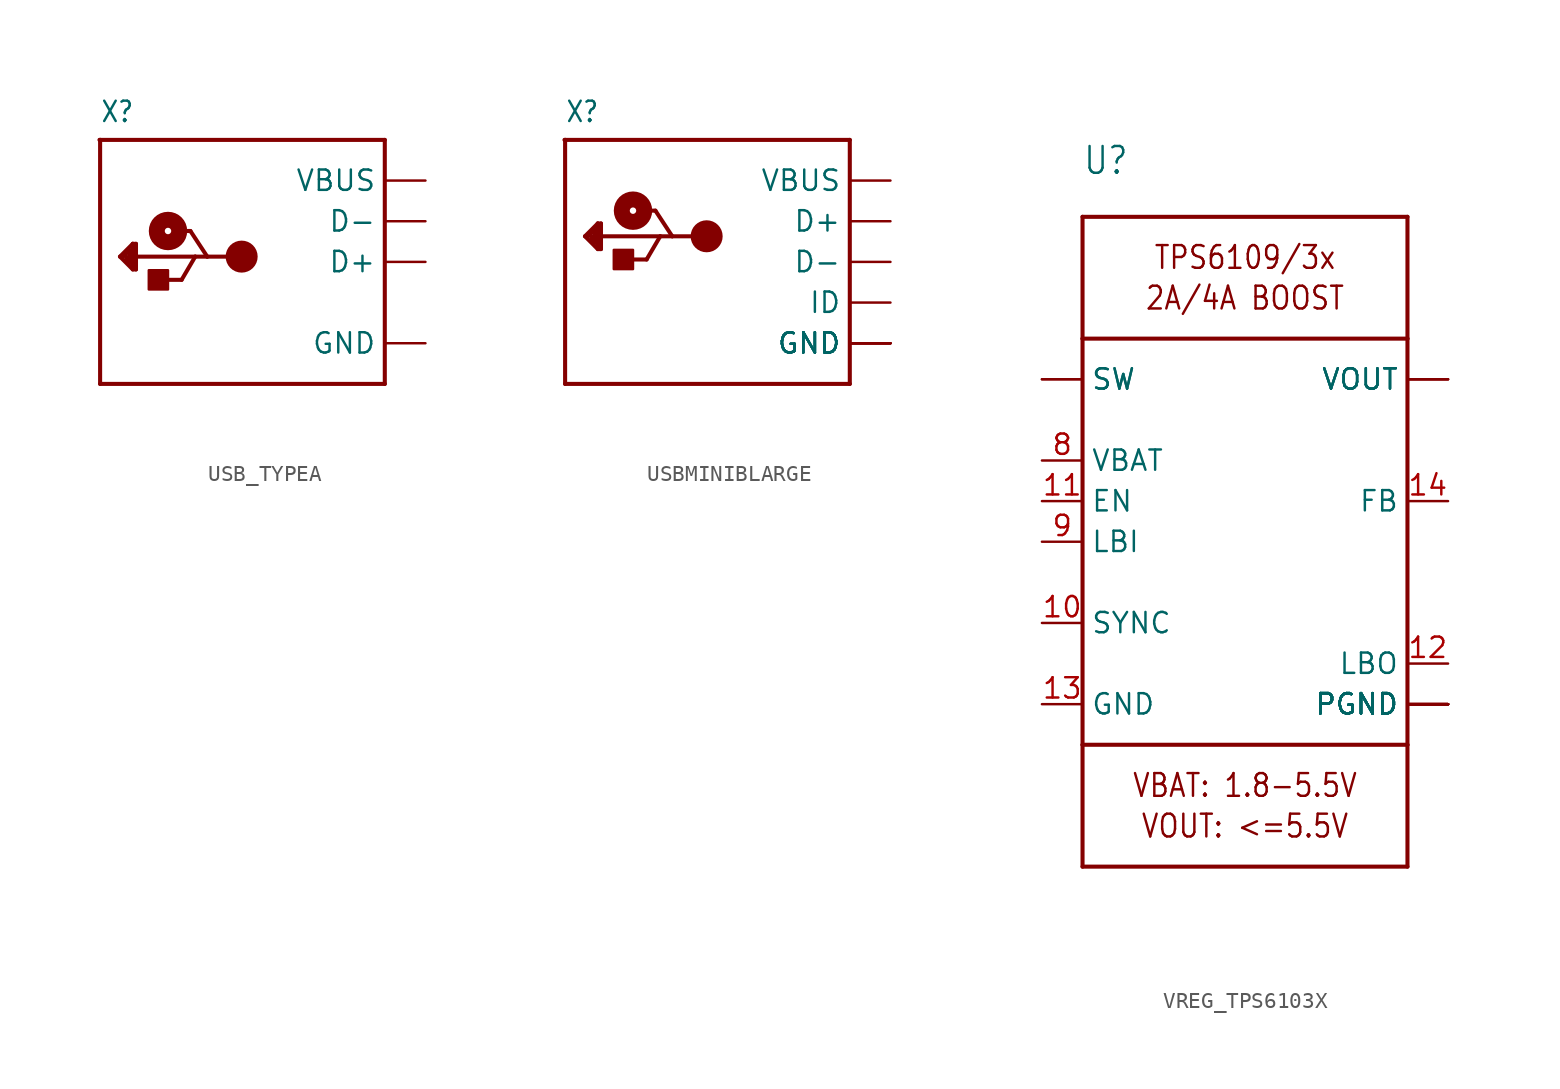
<source format=kicad_sym>
(kicad_symbol_lib
  (version 20220914)
  (generator kicad_symbol_editor)
  (symbol "USB_TYPEA"
    (property "Reference" "X"
      (at -10.16 8.636 0)
      (effects (font (size 1.27 1.079)) (justify left bottom)))
    (property "Value" ""
      (at -10.16 -10.16 0)
      (effects (font (size 1.27 1.079)) (justify left bottom)))
    (property "ki_locked" ""
      (at 0 0 0)
      (effects (font (size 1.27 1.27))))
    (symbol "USB_TYPEA_1_0"
      (rectangle (start -7.12 -1.72) (end -5.92 -0.52) (stroke (width 0) (type default)) (fill (type outline)))
      (circle (center -5.92 1.93) (radius 0.2) (stroke (width 1) (type solid)) (fill (type none)))
      (circle (center -1.32 0.33) (radius 0.5) (stroke (width 1) (type solid)) (fill (type none)))
      (polyline (pts (xy -10.2 7.62) (xy -10.16 7.62)) (stroke (width 0.254) (type solid)) (fill (type none)))
      (polyline (pts (xy -10.16 -7.62) (xy 7.62 -7.62)) (stroke (width 0.254) (type solid)) (fill (type none)))
      (polyline (pts (xy -10.16 7.62) (xy -10.16 -7.62)) (stroke (width 0.254) (type solid)) (fill (type none)))
      (polyline (pts (xy -10.16 7.62) (xy 7.62 7.62)) (stroke (width 0.254) (type solid)) (fill (type none)))
      (polyline (pts (xy -8.92 0.33) (xy -8.12 1.13)) (stroke (width 0.254) (type solid)) (fill (type none)))
      (polyline (pts (xy -8.52 0.13) (xy -8.32 -0.07)) (stroke (width 0.254) (type solid)) (fill (type none)))
      (polyline (pts (xy -8.52 0.33) (xy -8.52 0.13)) (stroke (width 0.254) (type solid)) (fill (type none)))
      (polyline (pts (xy -8.32 -0.07) (xy -8.32 0.73)) (stroke (width 0.254) (type solid)) (fill (type none)))
      (polyline (pts (xy -8.32 0.73) (xy -8.72 0.33)) (stroke (width 0.254) (type solid)) (fill (type none)))
      (polyline (pts (xy -8.12 -0.47) (xy -8.92 0.33)) (stroke (width 0.254) (type solid)) (fill (type none)))
      (polyline (pts (xy -8.12 -0.27) (xy -8.12 1.13)) (stroke (width 0.254) (type solid)) (fill (type none)))
      (polyline (pts (xy -8.12 1.13) (xy -7.92 1.13)) (stroke (width 0.254) (type solid)) (fill (type none)))
      (polyline (pts (xy -7.92 -0.47) (xy -8.12 -0.47)) (stroke (width 0.254) (type solid)) (fill (type none)))
      (polyline (pts (xy -7.92 0.33) (xy -7.92 -0.47)) (stroke (width 0.254) (type solid)) (fill (type none)))
      (polyline (pts (xy -7.92 1.13) (xy -7.92 0.33)) (stroke (width 0.254) (type solid)) (fill (type none)))
      (polyline (pts (xy -6.27 -1.12) (xy -5.07 -1.12)) (stroke (width 0.254) (type solid)) (fill (type none)))
      (polyline (pts (xy -5.52 1.93) (xy -4.52 1.93)) (stroke (width 0.254) (type solid)) (fill (type none)))
      (polyline (pts (xy -5.07 -1.12) (xy -4.22 0.33)) (stroke (width 0.254) (type solid)) (fill (type none)))
      (polyline (pts (xy -4.52 1.93) (xy -3.47 0.33)) (stroke (width 0.254) (type solid)) (fill (type none)))
      (polyline (pts (xy -4.22 0.33) (xy -7.92 0.33)) (stroke (width 0.254) (type solid)) (fill (type none)))
      (polyline (pts (xy -3.47 0.33) (xy -4.22 0.33)) (stroke (width 0.254) (type solid)) (fill (type none)))
      (polyline (pts (xy -1.32 0.33) (xy -3.47 0.33)) (stroke (width 0.254) (type solid)) (fill (type none)))
      (polyline (pts (xy 7.62 7.62) (xy 7.62 -7.62)) (stroke (width 0.254) (type solid)) (fill (type none)))
      (pin bidirectional line (at 10.16 0 180) (length 2.54) (name "D+" (effects (font (size 1.27 1.27)))) (number "D+" (effects (font (size 0 0)))))
      (pin bidirectional line (at 10.16 2.54 180) (length 2.54) (name "D-" (effects (font (size 1.27 1.27)))) (number "D-" (effects (font (size 0 0)))))
      (pin power_in line (at 10.16 -5.08 180) (length 2.54) (name "GND" (effects (font (size 1.27 1.27)))) (number "GND" (effects (font (size 0 0)))))
      (pin power_in line (at 10.16 5.08 180) (length 2.54) (name "VBUS" (effects (font (size 1.27 1.27)))) (number "VBUS" (effects (font (size 0 0)))))))
  (symbol "USBMINIBLARGE"
    (property "Reference" "X"
      (at -10.16 8.636 0)
      (effects (font (size 1.27 1.079)) (justify left bottom)))
    (property "Value" ""
      (at -10.16 -10.16 0)
      (effects (font (size 1.27 1.079)) (justify left bottom)))
    (property "ki_locked" ""
      (at 0 0 0)
      (effects (font (size 1.27 1.27))))
    (symbol "USBMINIBLARGE_1_0"
      (rectangle (start -7.12 -0.45) (end -5.92 0.75) (stroke (width 0) (type default)) (fill (type outline)))
      (circle (center -5.92 3.2) (radius 0.2) (stroke (width 1) (type solid)) (fill (type none)))
      (circle (center -1.32 1.6) (radius 0.5) (stroke (width 1) (type solid)) (fill (type none)))
      (polyline (pts (xy -10.2 7.62) (xy -10.16 7.62)) (stroke (width 0.254) (type solid)) (fill (type none)))
      (polyline (pts (xy -10.16 -7.62) (xy 7.62 -7.62)) (stroke (width 0.254) (type solid)) (fill (type none)))
      (polyline (pts (xy -10.16 7.62) (xy -10.16 -7.62)) (stroke (width 0.254) (type solid)) (fill (type none)))
      (polyline (pts (xy -10.16 7.62) (xy 7.62 7.62)) (stroke (width 0.254) (type solid)) (fill (type none)))
      (polyline (pts (xy -8.92 1.6) (xy -8.12 2.4)) (stroke (width 0.254) (type solid)) (fill (type none)))
      (polyline (pts (xy -8.52 1.4) (xy -8.32 1.2)) (stroke (width 0.254) (type solid)) (fill (type none)))
      (polyline (pts (xy -8.52 1.6) (xy -8.52 1.4)) (stroke (width 0.254) (type solid)) (fill (type none)))
      (polyline (pts (xy -8.32 1.2) (xy -8.32 2)) (stroke (width 0.254) (type solid)) (fill (type none)))
      (polyline (pts (xy -8.32 2) (xy -8.72 1.6)) (stroke (width 0.254) (type solid)) (fill (type none)))
      (polyline (pts (xy -8.12 0.8) (xy -8.92 1.6)) (stroke (width 0.254) (type solid)) (fill (type none)))
      (polyline (pts (xy -8.12 1) (xy -8.12 2.4)) (stroke (width 0.254) (type solid)) (fill (type none)))
      (polyline (pts (xy -8.12 2.4) (xy -7.92 2.4)) (stroke (width 0.254) (type solid)) (fill (type none)))
      (polyline (pts (xy -7.92 0.8) (xy -8.12 0.8)) (stroke (width 0.254) (type solid)) (fill (type none)))
      (polyline (pts (xy -7.92 1.6) (xy -7.92 0.8)) (stroke (width 0.254) (type solid)) (fill (type none)))
      (polyline (pts (xy -7.92 2.4) (xy -7.92 1.6)) (stroke (width 0.254) (type solid)) (fill (type none)))
      (polyline (pts (xy -6.27 0.15) (xy -5.07 0.15)) (stroke (width 0.254) (type solid)) (fill (type none)))
      (polyline (pts (xy -5.52 3.2) (xy -4.52 3.2)) (stroke (width 0.254) (type solid)) (fill (type none)))
      (polyline (pts (xy -5.07 0.15) (xy -4.22 1.6)) (stroke (width 0.254) (type solid)) (fill (type none)))
      (polyline (pts (xy -4.52 3.2) (xy -3.47 1.6)) (stroke (width 0.254) (type solid)) (fill (type none)))
      (polyline (pts (xy -4.22 1.6) (xy -7.92 1.6)) (stroke (width 0.254) (type solid)) (fill (type none)))
      (polyline (pts (xy -3.47 1.6) (xy -4.22 1.6)) (stroke (width 0.254) (type solid)) (fill (type none)))
      (polyline (pts (xy -1.32 1.6) (xy -3.47 1.6)) (stroke (width 0.254) (type solid)) (fill (type none)))
      (polyline (pts (xy 7.62 7.62) (xy 7.62 -7.62)) (stroke (width 0.254) (type solid)) (fill (type none)))
      (pin bidirectional line (at 10.16 2.54 180) (length 2.54) (name "D+" (effects (font (size 1.27 1.27)))) (number "D+" (effects (font (size 0 0)))))
      (pin bidirectional line (at 10.16 0 180) (length 2.54) (name "D-" (effects (font (size 1.27 1.27)))) (number "D-" (effects (font (size 0 0)))))
      (pin power_in line (at 10.16 -5.08 180) (length 2.54) (name "GND" (effects (font (size 1.27 1.27)))) (number "GND" (effects (font (size 0 0)))))
      (pin power_in line (at 10.16 -5.08 180) (length 2.54) (name "GND" (effects (font (size 1.27 1.27)))) (number "GND1" (effects (font (size 0 0)))))
      (pin power_in line (at 10.16 -5.08 180) (length 2.54) (name "GND" (effects (font (size 1.27 1.27)))) (number "GND2" (effects (font (size 0 0)))))
      (pin power_in line (at 10.16 -5.08 180) (length 2.54) (name "GND" (effects (font (size 1.27 1.27)))) (number "GND3" (effects (font (size 0 0)))))
      (pin power_in line (at 10.16 -5.08 180) (length 2.54) (name "GND" (effects (font (size 1.27 1.27)))) (number "GND4" (effects (font (size 0 0)))))
      (pin bidirectional line (at 10.16 -2.54 180) (length 2.54) (name "ID" (effects (font (size 1.27 1.27)))) (number "ID" (effects (font (size 0 0)))))
      (pin power_in line (at 10.16 5.08 180) (length 2.54) (name "VBUS" (effects (font (size 1.27 1.27)))) (number "VBUS" (effects (font (size 0 0)))))))
  (symbol "VREG_TPS6103X"
    (property "Reference" "U"
      (at -10.16 22.86 0)
      (effects (font (size 1.676 1.425)) (justify left bottom)))
    (property "Value" ""
      (at -10.16 -22.86 0)
      (effects (font (size 1.676 1.425)) (justify left bottom)))
    (property "ki_locked" ""
      (at 0 0 0)
      (effects (font (size 1.27 1.27))))
    (symbol "VREG_TPS6103X_1_0"
      (polyline (pts (xy -10.16 -20.32) (xy 10.16 -20.32)) (stroke (width 0.254) (type solid)) (fill (type none)))
      (polyline (pts (xy -10.16 -12.7) (xy -10.16 -20.32)) (stroke (width 0.254) (type solid)) (fill (type none)))
      (polyline (pts (xy -10.16 -12.7) (xy -10.16 12.7)) (stroke (width 0.254) (type solid)) (fill (type none)))
      (polyline (pts (xy -10.16 12.7) (xy -10.16 20.32)) (stroke (width 0.254) (type solid)) (fill (type none)))
      (polyline (pts (xy -10.16 12.7) (xy 10.16 12.7)) (stroke (width 0.254) (type solid)) (fill (type none)))
      (polyline (pts (xy -10.16 20.32) (xy 10.16 20.32)) (stroke (width 0.254) (type solid)) (fill (type none)))
      (polyline (pts (xy 10.16 -20.32) (xy 10.16 -12.7)) (stroke (width 0.254) (type solid)) (fill (type none)))
      (polyline (pts (xy 10.16 -12.7) (xy -10.16 -12.7)) (stroke (width 0.254) (type solid)) (fill (type none)))
      (polyline (pts (xy 10.16 12.7) (xy 10.16 -12.7)) (stroke (width 0.254) (type solid)) (fill (type none)))
      (polyline (pts (xy 10.16 20.32) (xy 10.16 12.7)) (stroke (width 0.254) (type solid)) (fill (type none)))
      (text "2A/4A BOOST" (at 0 15.24 0) (effects (font (size 1.422 1.209))))
      (text "TPS6109/3x" (at 0 17.78 0) (effects (font (size 1.422 1.209))))
      (text "VBAT: 1.8-5.5V" (at 0 -15.24 0) (effects (font (size 1.422 1.209))))
      (text "VOUT: <=5.5V" (at 0 -17.78 0) (effects (font (size 1.422 1.209))))
      (pin power_in line (at 12.7 10.16 180) (length 2.54) (name "VOUT" (effects (font (size 1.27 1.27)))) (number "1" (effects (font (size 0 0)))))
      (pin input line (at -12.7 -5.08 0) (length 2.54) (name "SYNC" (effects (font (size 1.27 1.27)))) (number "10" (effects (font (size 1.27 1.27)))))
      (pin input line (at -12.7 2.54 0) (length 2.54) (name "EN" (effects (font (size 1.27 1.27)))) (number "11" (effects (font (size 1.27 1.27)))))
      (pin output line (at 12.7 -7.62 180) (length 2.54) (name "LBO" (effects (font (size 1.27 1.27)))) (number "12" (effects (font (size 1.27 1.27)))))
      (pin power_in line (at -12.7 -10.16 0) (length 2.54) (name "GND" (effects (font (size 1.27 1.27)))) (number "13" (effects (font (size 1.27 1.27)))))
      (pin input line (at 12.7 2.54 180) (length 2.54) (name "FB" (effects (font (size 1.27 1.27)))) (number "14" (effects (font (size 1.27 1.27)))))
      (pin power_in line (at 12.7 10.16 180) (length 2.54) (name "VOUT" (effects (font (size 1.27 1.27)))) (number "15" (effects (font (size 0 0)))))
      (pin power_in line (at 12.7 10.16 180) (length 2.54) (name "VOUT" (effects (font (size 1.27 1.27)))) (number "16" (effects (font (size 0 0)))))
      (pin input line (at -12.7 10.16 0) (length 2.54) (name "SW" (effects (font (size 1.27 1.27)))) (number "3" (effects (font (size 0 0)))))
      (pin input line (at -12.7 10.16 0) (length 2.54) (name "SW" (effects (font (size 1.27 1.27)))) (number "4" (effects (font (size 0 0)))))
      (pin power_in line (at 12.7 -10.16 180) (length 2.54) (name "PGND" (effects (font (size 1.27 1.27)))) (number "5" (effects (font (size 0 0)))))
      (pin power_in line (at 12.7 -10.16 180) (length 2.54) (name "PGND" (effects (font (size 1.27 1.27)))) (number "6" (effects (font (size 0 0)))))
      (pin power_in line (at 12.7 -10.16 180) (length 2.54) (name "PGND" (effects (font (size 1.27 1.27)))) (number "7" (effects (font (size 0 0)))))
      (pin input line (at -12.7 5.08 0) (length 2.54) (name "VBAT" (effects (font (size 1.27 1.27)))) (number "8" (effects (font (size 1.27 1.27)))))
      (pin input line (at -12.7 0 0) (length 2.54) (name "LBI" (effects (font (size 1.27 1.27)))) (number "9" (effects (font (size 1.27 1.27)))))
      (pin power_in line (at 12.7 -10.16 180) (length 2.54) (name "PGND" (effects (font (size 1.27 1.27)))) (number "P$18" (effects (font (size 0 0)))))
      (pin power_in line (at 12.7 -10.16 180) (length 2.54) (name "PGND" (effects (font (size 1.27 1.27)))) (number "P$19" (effects (font (size 0 0)))))
      (pin power_in line (at 12.7 -10.16 180) (length 2.54) (name "PGND" (effects (font (size 1.27 1.27)))) (number "P$20" (effects (font (size 0 0)))))
      (pin power_in line (at 12.7 -10.16 180) (length 2.54) (name "PGND" (effects (font (size 1.27 1.27)))) (number "P$21" (effects (font (size 0 0)))))
      (pin power_in line (at 12.7 -10.16 180) (length 2.54) (name "PGND" (effects (font (size 1.27 1.27)))) (number "P$22" (effects (font (size 0 0)))))
      (pin power_in line (at 12.7 -10.16 180) (length 2.54) (name "PGND" (effects (font (size 1.27 1.27)))) (number "THERMAL" (effects (font (size 0 0))))))))
</source>
